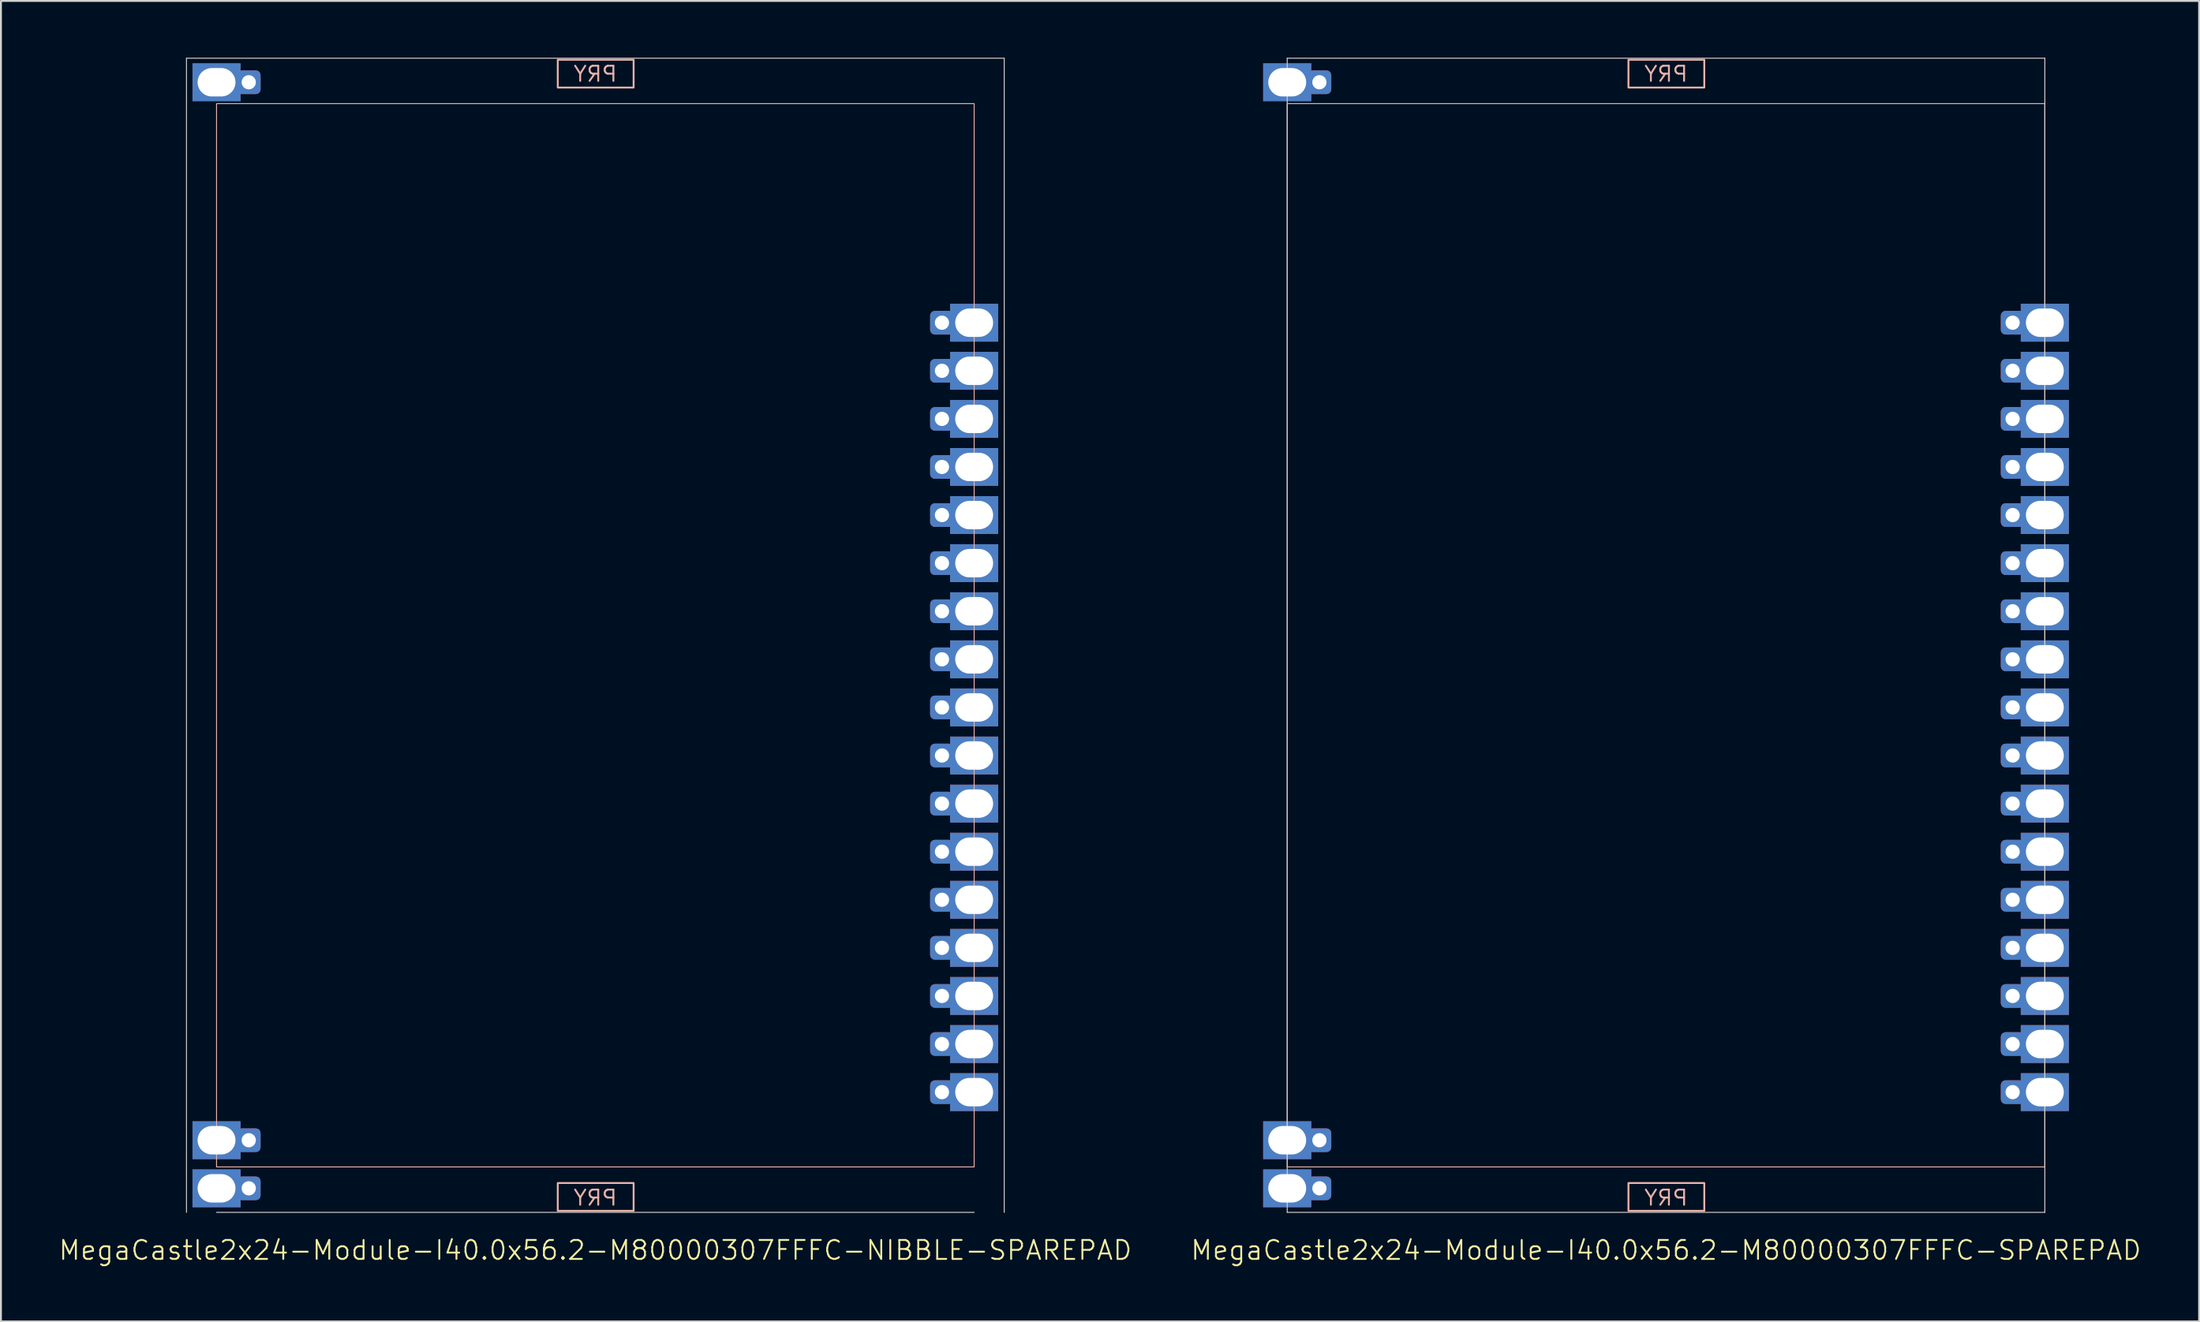
<source format=kicad_pcb>
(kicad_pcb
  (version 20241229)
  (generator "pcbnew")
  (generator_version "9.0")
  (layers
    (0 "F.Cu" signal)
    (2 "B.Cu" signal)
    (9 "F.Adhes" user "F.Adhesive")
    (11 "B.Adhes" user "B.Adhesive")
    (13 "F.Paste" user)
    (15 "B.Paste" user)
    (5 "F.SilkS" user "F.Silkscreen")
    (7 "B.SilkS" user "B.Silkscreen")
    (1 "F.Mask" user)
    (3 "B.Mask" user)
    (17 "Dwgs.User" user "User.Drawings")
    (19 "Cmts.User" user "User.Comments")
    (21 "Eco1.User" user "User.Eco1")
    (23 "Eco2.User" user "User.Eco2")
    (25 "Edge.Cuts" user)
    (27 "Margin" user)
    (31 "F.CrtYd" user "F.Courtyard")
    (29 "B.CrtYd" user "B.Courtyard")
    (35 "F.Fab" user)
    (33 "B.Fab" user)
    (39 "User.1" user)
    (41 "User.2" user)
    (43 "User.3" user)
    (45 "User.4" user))
  (footprint "MegaCastle2x24-Module-I40.0x56.2-M80000307FFFC-SPAREPAD"
    (layer "F.Cu")
    (at 84.912 30.505)
    (property "Reference" "MegaCastle2x24-Module-I40.0x56.2-M80000307FFFC-SPAREPAD" (at 0 32.48 0) (unlocked yes) (layer "F.SilkS") (effects (font (size 1 1) (thickness 0.1))))
    (attr smd)
    (fp_rect (start -20 28.08) (end 20 -28.08) (stroke (width 0.05) (type default)) (fill no) (layer "B.SilkS"))
    (fp_rect (start -1.984 -28.931) (end 2.02 -30.4) (stroke (width 0.1) (type default)) (fill no) (layer "B.SilkS"))
    (fp_rect (start -1.984 28.931) (end 2.02 30.4) (stroke (width 0.1) (type default)) (fill no) (layer "B.SilkS"))
    (fp_line (start -20 -30.48) (end -20 30.48) (stroke (width 0.05) (type default)) (layer "Edge.Cuts"))
    (fp_line (start -20 -30.48) (end 20 -30.48) (stroke (width 0.05) (type default)) (layer "Edge.Cuts"))
    (fp_line (start -20 30.48) (end 20 30.48) (stroke (width 0.05) (type default)) (layer "Edge.Cuts"))
    (fp_line (start 20 -30.48) (end 20 30.48) (stroke (width 0.05) (type default)) (layer "Edge.Cuts"))
    (fp_text user "PRY" (at 0 30.18 0) (unlocked yes) (layer "B.SilkS") (effects (font (size 0.8 0.8) (thickness 0.1)) (justify bottom mirror)))
    (fp_text user "PRY" (at 0 -29.18 0) (unlocked yes) (layer "B.SilkS") (effects (font (size 0.8 0.8) (thickness 0.1)) (justify bottom mirror)))
    (pad "1" thru_hole rect (at -20 -29.21) (size 2.54 2) (drill oval 2 1.5) (property pad_prop_castellated) (layers "*.Cu" "*.Mask"))
    (pad "1" thru_hole roundrect (at -18.3 -29.21 180) (size 1.25 1.25) (drill 0.75) (layers "*.Cu" "*.Mask") (roundrect_rratio 0.2))
    (pad "23" thru_hole rect (at -20 26.67) (size 2.54 2) (drill oval 2 1.5) (property pad_prop_castellated) (layers "*.Cu" "*.Mask"))
    (pad "23" thru_hole roundrect (at -18.3 26.67 180) (size 1.25 1.25) (drill 0.75) (layers "*.Cu" "*.Mask") (roundrect_rratio 0.2))
    (pad "24" thru_hole rect (at -20 29.21) (size 2.54 2) (drill oval 2 1.5) (property pad_prop_castellated) (layers "*.Cu" "*.Mask"))
    (pad "24" thru_hole roundrect (at -18.3 29.21 180) (size 1.25 1.25) (drill 0.75) (layers "*.Cu" "*.Mask") (roundrect_rratio 0.2))
    (pad "30" thru_hole roundrect (at 18.3 -16.51 180) (size 1.25 1.25) (drill 0.75) (layers "*.Cu" "*.Mask") (roundrect_rratio 0.2))
    (pad "30" thru_hole rect (at 20 -16.51) (size 2.54 2) (drill oval 2 1.5) (property pad_prop_castellated) (layers "*.Cu" "*.Mask"))
    (pad "31" thru_hole roundrect (at 18.3 -13.97 180) (size 1.25 1.25) (drill 0.75) (layers "*.Cu" "*.Mask") (roundrect_rratio 0.2))
    (pad "31" thru_hole rect (at 20 -13.97) (size 2.54 2) (drill oval 2 1.5) (property pad_prop_castellated) (layers "*.Cu" "*.Mask"))
    (pad "32" thru_hole roundrect (at 18.3 -11.43 180) (size 1.25 1.25) (drill 0.75) (layers "*.Cu" "*.Mask") (roundrect_rratio 0.2))
    (pad "32" thru_hole rect (at 20 -11.43) (size 2.54 2) (drill oval 2 1.5) (property pad_prop_castellated) (layers "*.Cu" "*.Mask"))
    (pad "33" thru_hole roundrect (at 18.3 -8.89 180) (size 1.25 1.25) (drill 0.75) (layers "*.Cu" "*.Mask") (roundrect_rratio 0.2))
    (pad "33" thru_hole rect (at 20 -8.89) (size 2.54 2) (drill oval 2 1.5) (property pad_prop_castellated) (layers "*.Cu" "*.Mask"))
    (pad "34" thru_hole roundrect (at 18.3 -6.35 180) (size 1.25 1.25) (drill 0.75) (layers "*.Cu" "*.Mask") (roundrect_rratio 0.2))
    (pad "34" thru_hole rect (at 20 -6.35) (size 2.54 2) (drill oval 2 1.5) (property pad_prop_castellated) (layers "*.Cu" "*.Mask"))
    (pad "35" thru_hole roundrect (at 18.3 -3.81 180) (size 1.25 1.25) (drill 0.75) (layers "*.Cu" "*.Mask") (roundrect_rratio 0.2))
    (pad "35" thru_hole rect (at 20 -3.81) (size 2.54 2) (drill oval 2 1.5) (property pad_prop_castellated) (layers "*.Cu" "*.Mask"))
    (pad "36" thru_hole roundrect (at 18.3 -1.27 180) (size 1.25 1.25) (drill 0.75) (layers "*.Cu" "*.Mask") (roundrect_rratio 0.2))
    (pad "36" thru_hole rect (at 20 -1.27) (size 2.54 2) (drill oval 2 1.5) (property pad_prop_castellated) (layers "*.Cu" "*.Mask"))
    (pad "37" thru_hole roundrect (at 18.3 1.27 180) (size 1.25 1.25) (drill 0.75) (layers "*.Cu" "*.Mask") (roundrect_rratio 0.2))
    (pad "37" thru_hole rect (at 20 1.27) (size 2.54 2) (drill oval 2 1.5) (property pad_prop_castellated) (layers "*.Cu" "*.Mask"))
    (pad "38" thru_hole roundrect (at 18.3 3.81 180) (size 1.25 1.25) (drill 0.75) (layers "*.Cu" "*.Mask") (roundrect_rratio 0.2))
    (pad "38" thru_hole rect (at 20 3.81) (size 2.54 2) (drill oval 2 1.5) (property pad_prop_castellated) (layers "*.Cu" "*.Mask"))
    (pad "39" thru_hole roundrect (at 18.3 6.35 180) (size 1.25 1.25) (drill 0.75) (layers "*.Cu" "*.Mask") (roundrect_rratio 0.2))
    (pad "39" thru_hole rect (at 20 6.35) (size 2.54 2) (drill oval 2 1.5) (property pad_prop_castellated) (layers "*.Cu" "*.Mask"))
    (pad "40" thru_hole roundrect (at 18.3 8.89 180) (size 1.25 1.25) (drill 0.75) (layers "*.Cu" "*.Mask") (roundrect_rratio 0.2))
    (pad "40" thru_hole rect (at 20 8.89) (size 2.54 2) (drill oval 2 1.5) (property pad_prop_castellated) (layers "*.Cu" "*.Mask"))
    (pad "41" thru_hole roundrect (at 18.3 11.43 180) (size 1.25 1.25) (drill 0.75) (layers "*.Cu" "*.Mask") (roundrect_rratio 0.2))
    (pad "41" thru_hole rect (at 20 11.43) (size 2.54 2) (drill oval 2 1.5) (property pad_prop_castellated) (layers "*.Cu" "*.Mask"))
    (pad "42" thru_hole roundrect (at 18.3 13.97 180) (size 1.25 1.25) (drill 0.75) (layers "*.Cu" "*.Mask") (roundrect_rratio 0.2))
    (pad "42" thru_hole rect (at 20 13.97) (size 2.54 2) (drill oval 2 1.5) (property pad_prop_castellated) (layers "*.Cu" "*.Mask"))
    (pad "43" thru_hole roundrect (at 18.3 16.51 180) (size 1.25 1.25) (drill 0.75) (layers "*.Cu" "*.Mask") (roundrect_rratio 0.2))
    (pad "43" thru_hole rect (at 20 16.51) (size 2.54 2) (drill oval 2 1.5) (property pad_prop_castellated) (layers "*.Cu" "*.Mask"))
    (pad "44" thru_hole roundrect (at 18.3 19.05 180) (size 1.25 1.25) (drill 0.75) (layers "*.Cu" "*.Mask") (roundrect_rratio 0.2))
    (pad "44" thru_hole rect (at 20 19.05) (size 2.54 2) (drill oval 2 1.5) (property pad_prop_castellated) (layers "*.Cu" "*.Mask"))
    (pad "45" thru_hole roundrect (at 18.3 21.59 180) (size 1.25 1.25) (drill 0.75) (layers "*.Cu" "*.Mask") (roundrect_rratio 0.2))
    (pad "45" thru_hole rect (at 20 21.59) (size 2.54 2) (drill oval 2 1.5) (property pad_prop_castellated) (layers "*.Cu" "*.Mask"))
    (pad "46" thru_hole roundrect (at 18.3 24.13 180) (size 1.25 1.25) (drill 0.75) (layers "*.Cu" "*.Mask") (roundrect_rratio 0.2))
    (pad "46" thru_hole rect (at 20 24.13) (size 2.54 2) (drill oval 2 1.5) (property pad_prop_castellated) (layers "*.Cu" "*.Mask"))
    (zone (net_name "") (layer "B.Cu") (hatch edge 0.5) (connect_pads) (min_thickness 0.25) (filled_areas_thickness no) (keepout (tracks allowed) (vias allowed) (pads allowed) (copperpour allowed) (footprints not_allowed)) (placement (enabled no)) (fill) (polygon (pts (xy 64.912 60.985) (xy 64.912 0.025))))
    (zone (net_name "") (layer "B.Cu") (hatch edge 0.5) (connect_pads) (min_thickness 0.25) (filled_areas_thickness no) (keepout (tracks allowed) (vias allowed) (pads allowed) (copperpour allowed) (footprints not_allowed)) (placement (enabled no)) (fill) (polygon (pts (xy 104.912 60.985) (xy 104.912 0.025))))
    (zone (net_name "") (layer "B.Cu") (hatch edge 0.5) (connect_pads) (min_thickness 0.25) (filled_areas_thickness no) (keepout (tracks allowed) (vias allowed) (pads allowed) (copperpour allowed) (footprints not_allowed)) (placement (enabled no)) (fill) (polygon (pts (xy 64.912 0.025) (xy 64.912 2.425) (xy 104.912 2.425) (xy 104.912 0.025))))
    (zone (net_name "") (layer "B.Cu") (hatch edge 0.5) (connect_pads) (min_thickness 0.25) (filled_areas_thickness no) (keepout (tracks allowed) (vias allowed) (pads allowed) (copperpour allowed) (footprints not_allowed)) (placement (enabled no)) (fill) (polygon (pts (xy 64.912 60.985) (xy 64.912 58.585) (xy 104.912 58.585) (xy 104.912 60.985))))
    (zone (net_name "") (layer "B.Cu") (name "Upper Pry Zone") (hatch edge 0.5) (connect_pads) (min_thickness 0.25) (filled_areas_thickness no) (keepout (tracks not_allowed) (vias not_allowed) (pads not_allowed) (copperpour allowed) (footprints not_allowed)) (placement (enabled no)) (fill) (polygon (pts (xy 82.928 1.574) (xy 82.928 0.105) (xy 86.931 0.105) (xy 86.931 1.574))))
    (zone (net_name "") (layer "B.Cu") (name "Upper Pry Zone") (hatch edge 0.5) (connect_pads) (min_thickness 0.25) (filled_areas_thickness no) (keepout (tracks not_allowed) (vias not_allowed) (pads not_allowed) (copperpour allowed) (footprints not_allowed)) (placement (enabled no)) (fill) (polygon (pts (xy 82.928 59.436) (xy 82.928 60.905) (xy 86.931 60.905) (xy 86.931 59.436)))))
  (footprint "MegaCastle2x24-Module-I40.0x56.2-M80000307FFFC-NIBBLE-SPAREPAD"
    (layer "F.Cu")
    (at 28.383 30.505)
    (property "Reference" "MegaCastle2x24-Module-I40.0x56.2-M80000307FFFC-NIBBLE-SPAREPAD" (at 0 32.48 0) (unlocked yes) (layer "F.SilkS") (effects (font (size 1 1) (thickness 0.1))))
    (attr smd)
    (fp_rect (start -20 28.08) (end 20 -28.08) (stroke (width 0.05) (type default)) (fill no) (layer "B.SilkS"))
    (fp_rect (start -1.984 -28.931) (end 2.02 -30.4) (stroke (width 0.1) (type default)) (fill no) (layer "B.SilkS"))
    (fp_rect (start -1.984 28.931) (end 2.02 30.4) (stroke (width 0.1) (type default)) (fill no) (layer "B.SilkS"))
    (fp_line (start -21.587 -30.48) (end -21.587 30.48) (stroke (width 0.05) (type default)) (layer "Edge.Cuts"))
    (fp_line (start -21.587 -30.48) (end 21.587 -30.48) (stroke (width 0.05) (type default)) (layer "Edge.Cuts"))
    (fp_line (start -20 30.48) (end 20 30.48) (stroke (width 0.05) (type default)) (layer "Edge.Cuts"))
    (fp_line (start 21.587 -30.48) (end 21.587 30.48) (stroke (width 0.05) (type default)) (layer "Edge.Cuts"))
    (fp_text user "PRY" (at 0 30.18 0) (unlocked yes) (layer "B.SilkS") (effects (font (size 0.8 0.8) (thickness 0.1)) (justify bottom mirror)))
    (fp_text user "PRY" (at 0 -29.18 0) (unlocked yes) (layer "B.SilkS") (effects (font (size 0.8 0.8) (thickness 0.1)) (justify bottom mirror)))
    (pad "1" thru_hole rect (at -20 -29.21) (size 2.54 2) (drill oval 2 1.5) (property pad_prop_castellated) (layers "*.Cu" "*.Mask"))
    (pad "1" thru_hole roundrect (at -18.3 -29.21 180) (size 1.25 1.25) (drill 0.75) (layers "*.Cu" "*.Mask") (roundrect_rratio 0.2))
    (pad "23" thru_hole rect (at -20 26.67) (size 2.54 2) (drill oval 2 1.5) (property pad_prop_castellated) (layers "*.Cu" "*.Mask"))
    (pad "23" thru_hole roundrect (at -18.3 26.67 180) (size 1.25 1.25) (drill 0.75) (layers "*.Cu" "*.Mask") (roundrect_rratio 0.2))
    (pad "24" thru_hole rect (at -20 29.21) (size 2.54 2) (drill oval 2 1.5) (property pad_prop_castellated) (layers "*.Cu" "*.Mask"))
    (pad "24" thru_hole roundrect (at -18.3 29.21 180) (size 1.25 1.25) (drill 0.75) (layers "*.Cu" "*.Mask") (roundrect_rratio 0.2))
    (pad "30" thru_hole roundrect (at 18.3 -16.51 180) (size 1.25 1.25) (drill 0.75) (layers "*.Cu" "*.Mask") (roundrect_rratio 0.2))
    (pad "30" thru_hole rect (at 20 -16.51) (size 2.54 2) (drill oval 2 1.5) (property pad_prop_castellated) (layers "*.Cu" "*.Mask"))
    (pad "31" thru_hole roundrect (at 18.3 -13.97 180) (size 1.25 1.25) (drill 0.75) (layers "*.Cu" "*.Mask") (roundrect_rratio 0.2))
    (pad "31" thru_hole rect (at 20 -13.97) (size 2.54 2) (drill oval 2 1.5) (property pad_prop_castellated) (layers "*.Cu" "*.Mask"))
    (pad "32" thru_hole roundrect (at 18.3 -11.43 180) (size 1.25 1.25) (drill 0.75) (layers "*.Cu" "*.Mask") (roundrect_rratio 0.2))
    (pad "32" thru_hole rect (at 20 -11.43) (size 2.54 2) (drill oval 2 1.5) (property pad_prop_castellated) (layers "*.Cu" "*.Mask"))
    (pad "33" thru_hole roundrect (at 18.3 -8.89 180) (size 1.25 1.25) (drill 0.75) (layers "*.Cu" "*.Mask") (roundrect_rratio 0.2))
    (pad "33" thru_hole rect (at 20 -8.89) (size 2.54 2) (drill oval 2 1.5) (property pad_prop_castellated) (layers "*.Cu" "*.Mask"))
    (pad "34" thru_hole roundrect (at 18.3 -6.35 180) (size 1.25 1.25) (drill 0.75) (layers "*.Cu" "*.Mask") (roundrect_rratio 0.2))
    (pad "34" thru_hole rect (at 20 -6.35) (size 2.54 2) (drill oval 2 1.5) (property pad_prop_castellated) (layers "*.Cu" "*.Mask"))
    (pad "35" thru_hole roundrect (at 18.3 -3.81 180) (size 1.25 1.25) (drill 0.75) (layers "*.Cu" "*.Mask") (roundrect_rratio 0.2))
    (pad "35" thru_hole rect (at 20 -3.81) (size 2.54 2) (drill oval 2 1.5) (property pad_prop_castellated) (layers "*.Cu" "*.Mask"))
    (pad "36" thru_hole roundrect (at 18.3 -1.27 180) (size 1.25 1.25) (drill 0.75) (layers "*.Cu" "*.Mask") (roundrect_rratio 0.2))
    (pad "36" thru_hole rect (at 20 -1.27) (size 2.54 2) (drill oval 2 1.5) (property pad_prop_castellated) (layers "*.Cu" "*.Mask"))
    (pad "37" thru_hole roundrect (at 18.3 1.27 180) (size 1.25 1.25) (drill 0.75) (layers "*.Cu" "*.Mask") (roundrect_rratio 0.2))
    (pad "37" thru_hole rect (at 20 1.27) (size 2.54 2) (drill oval 2 1.5) (property pad_prop_castellated) (layers "*.Cu" "*.Mask"))
    (pad "38" thru_hole roundrect (at 18.3 3.81 180) (size 1.25 1.25) (drill 0.75) (layers "*.Cu" "*.Mask") (roundrect_rratio 0.2))
    (pad "38" thru_hole rect (at 20 3.81) (size 2.54 2) (drill oval 2 1.5) (property pad_prop_castellated) (layers "*.Cu" "*.Mask"))
    (pad "39" thru_hole roundrect (at 18.3 6.35 180) (size 1.25 1.25) (drill 0.75) (layers "*.Cu" "*.Mask") (roundrect_rratio 0.2))
    (pad "39" thru_hole rect (at 20 6.35) (size 2.54 2) (drill oval 2 1.5) (property pad_prop_castellated) (layers "*.Cu" "*.Mask"))
    (pad "40" thru_hole roundrect (at 18.3 8.89 180) (size 1.25 1.25) (drill 0.75) (layers "*.Cu" "*.Mask") (roundrect_rratio 0.2))
    (pad "40" thru_hole rect (at 20 8.89) (size 2.54 2) (drill oval 2 1.5) (property pad_prop_castellated) (layers "*.Cu" "*.Mask"))
    (pad "41" thru_hole roundrect (at 18.3 11.43 180) (size 1.25 1.25) (drill 0.75) (layers "*.Cu" "*.Mask") (roundrect_rratio 0.2))
    (pad "41" thru_hole rect (at 20 11.43) (size 2.54 2) (drill oval 2 1.5) (property pad_prop_castellated) (layers "*.Cu" "*.Mask"))
    (pad "42" thru_hole roundrect (at 18.3 13.97 180) (size 1.25 1.25) (drill 0.75) (layers "*.Cu" "*.Mask") (roundrect_rratio 0.2))
    (pad "42" thru_hole rect (at 20 13.97) (size 2.54 2) (drill oval 2 1.5) (property pad_prop_castellated) (layers "*.Cu" "*.Mask"))
    (pad "43" thru_hole roundrect (at 18.3 16.51 180) (size 1.25 1.25) (drill 0.75) (layers "*.Cu" "*.Mask") (roundrect_rratio 0.2))
    (pad "43" thru_hole rect (at 20 16.51) (size 2.54 2) (drill oval 2 1.5) (property pad_prop_castellated) (layers "*.Cu" "*.Mask"))
    (pad "44" thru_hole roundrect (at 18.3 19.05 180) (size 1.25 1.25) (drill 0.75) (layers "*.Cu" "*.Mask") (roundrect_rratio 0.2))
    (pad "44" thru_hole rect (at 20 19.05) (size 2.54 2) (drill oval 2 1.5) (property pad_prop_castellated) (layers "*.Cu" "*.Mask"))
    (pad "45" thru_hole roundrect (at 18.3 21.59 180) (size 1.25 1.25) (drill 0.75) (layers "*.Cu" "*.Mask") (roundrect_rratio 0.2))
    (pad "45" thru_hole rect (at 20 21.59) (size 2.54 2) (drill oval 2 1.5) (property pad_prop_castellated) (layers "*.Cu" "*.Mask"))
    (pad "46" thru_hole roundrect (at 18.3 24.13 180) (size 1.25 1.25) (drill 0.75) (layers "*.Cu" "*.Mask") (roundrect_rratio 0.2))
    (pad "46" thru_hole rect (at 20 24.13) (size 2.54 2) (drill oval 2 1.5) (property pad_prop_castellated) (layers "*.Cu" "*.Mask"))
    (zone (net_name "") (layer "B.Cu") (hatch edge 0.5) (connect_pads) (min_thickness 0.25) (filled_areas_thickness no) (keepout (tracks allowed) (vias allowed) (pads allowed) (copperpour allowed) (footprints not_allowed)) (placement (enabled no)) (fill) (polygon (pts (xy 8.383 60.985) (xy 8.383 0.025))))
    (zone (net_name "") (layer "B.Cu") (hatch edge 0.5) (connect_pads) (min_thickness 0.25) (filled_areas_thickness no) (keepout (tracks allowed) (vias allowed) (pads allowed) (copperpour allowed) (footprints not_allowed)) (placement (enabled no)) (fill) (polygon (pts (xy 48.383 60.985) (xy 48.383 0.025))))
    (zone (net_name "") (layer "B.Cu") (hatch edge 0.5) (connect_pads) (min_thickness 0.25) (filled_areas_thickness no) (keepout (tracks allowed) (vias allowed) (pads allowed) (copperpour allowed) (footprints not_allowed)) (placement (enabled no)) (fill) (polygon (pts (xy 8.383 0.025) (xy 8.383 2.425) (xy 48.383 2.425) (xy 48.383 0.025))))
    (zone (net_name "") (layer "B.Cu") (hatch edge 0.5) (connect_pads) (min_thickness 0.25) (filled_areas_thickness no) (keepout (tracks allowed) (vias allowed) (pads allowed) (copperpour allowed) (footprints not_allowed)) (placement (enabled no)) (fill) (polygon (pts (xy 8.383 60.985) (xy 8.383 58.585) (xy 48.383 58.585) (xy 48.383 60.985))))
    (zone (net_name "") (layer "B.Cu") (name "Upper Pry Zone") (hatch edge 0.5) (connect_pads) (min_thickness 0.25) (filled_areas_thickness no) (keepout (tracks not_allowed) (vias not_allowed) (pads not_allowed) (copperpour allowed) (footprints not_allowed)) (placement (enabled no)) (fill) (polygon (pts (xy 26.399 1.574) (xy 26.399 0.105) (xy 30.403 0.105) (xy 30.403 1.574))))
    (zone (net_name "") (layer "B.Cu") (name "Upper Pry Zone") (hatch edge 0.5) (connect_pads) (min_thickness 0.25) (filled_areas_thickness no) (keepout (tracks not_allowed) (vias not_allowed) (pads not_allowed) (copperpour allowed) (footprints not_allowed)) (placement (enabled no)) (fill) (polygon (pts (xy 26.399 59.436) (xy 26.399 60.905) (xy 30.403 60.905) (xy 30.403 59.436)))))
  (gr_rect
    (start -3 -3)
    (end 113.057 66.746)
    (stroke (width 0.1) (type default))
    (fill no)
    (layer "Edge.Cuts")))
</source>
